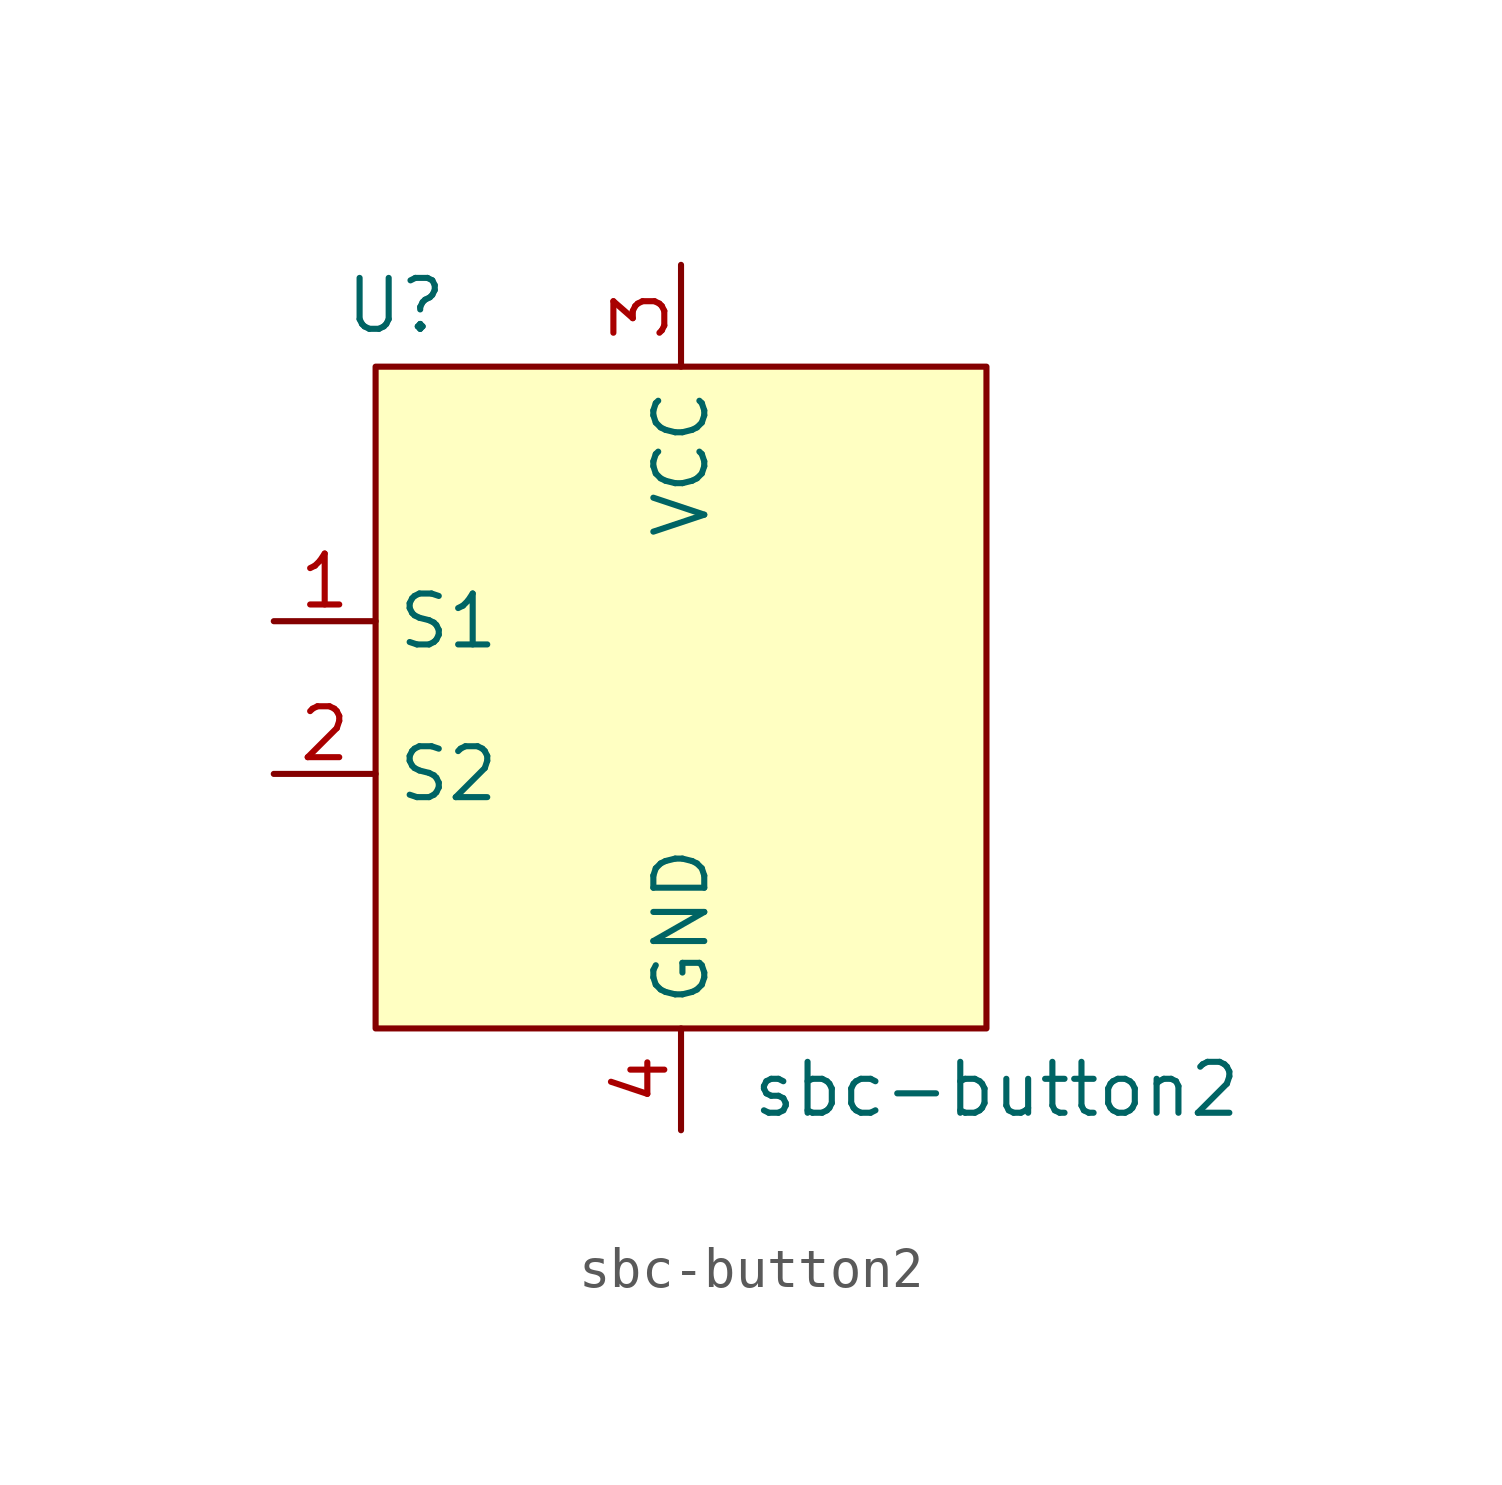
<source format=kicad_sym>
(kicad_symbol_lib
  (version 20231120)
  (generator "kicad_symbol_editor")
  (generator_version "8.0")
  (symbol "sbc-button2"
    (property "Reference" "U"
      (at -7.112 10.414 0)
      (effects (font (size 1.27 1.27))))
    (property "Value" "sbc-button2"
      (at 7.874 -9.144 0)
      (effects (font (size 1.27 1.27))))
    (symbol "sbc-button2_1_1"
      (rectangle (start -7.62 8.89) (end 7.62 -7.62) (stroke (width 0) (type default)) (fill (type background)))
      (pin input line (at -10.16 2.54 0) (length 2.54) (name "S1" (effects (font (size 1.27 1.27)))) (number "1" (effects (font (size 1.27 1.27)))))
      (pin input line (at -10.16 -1.27 0) (length 2.54) (name "S2" (effects (font (size 1.27 1.27)))) (number "2" (effects (font (size 1.27 1.27)))))
      (pin power_in line (at 0 11.43 270) (length 2.54) (name "VCC" (effects (font (size 1.27 1.27)))) (number "3" (effects (font (size 1.27 1.27)))))
      (pin power_in line (at 0 -10.16 90) (length 2.54) (name "GND" (effects (font (size 1.27 1.27)))) (number "4" (effects (font (size 1.27 1.27))))))))
</source>
